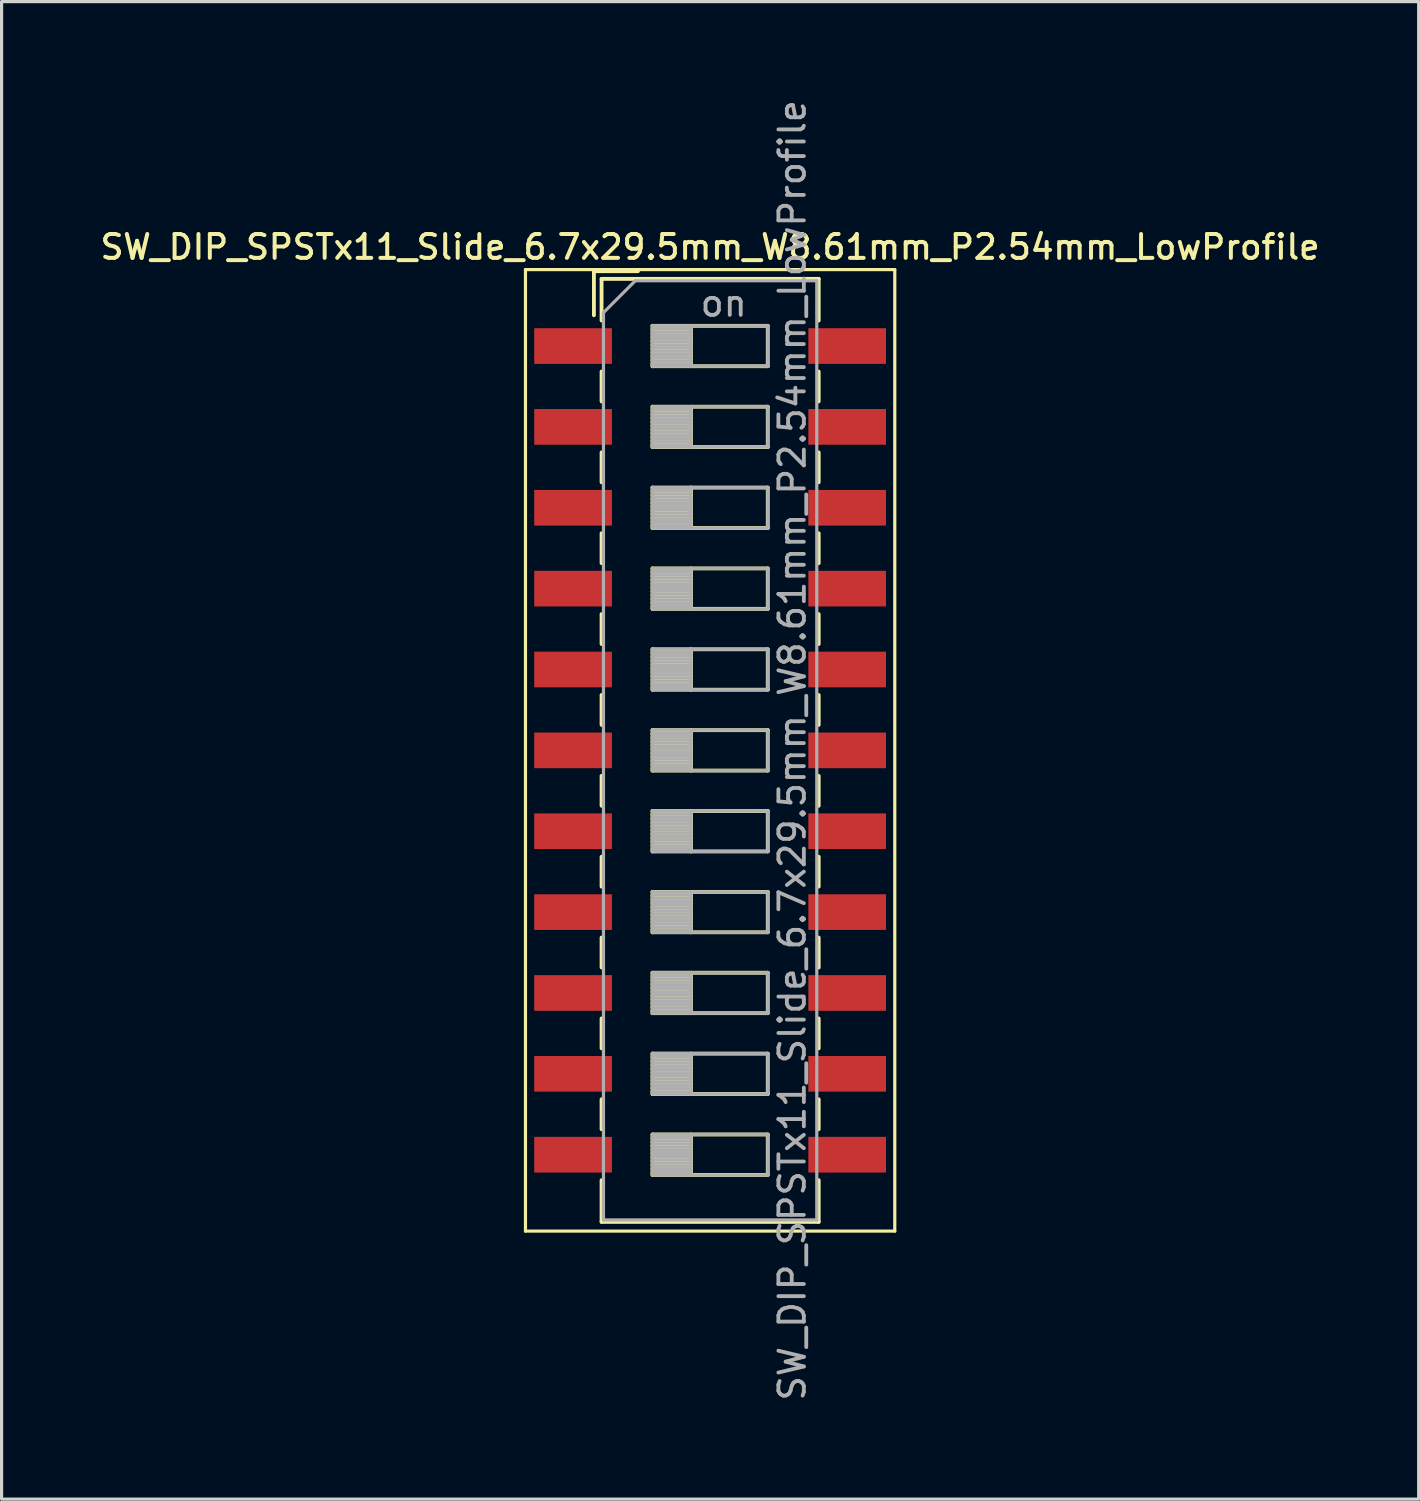
<source format=kicad_pcb>
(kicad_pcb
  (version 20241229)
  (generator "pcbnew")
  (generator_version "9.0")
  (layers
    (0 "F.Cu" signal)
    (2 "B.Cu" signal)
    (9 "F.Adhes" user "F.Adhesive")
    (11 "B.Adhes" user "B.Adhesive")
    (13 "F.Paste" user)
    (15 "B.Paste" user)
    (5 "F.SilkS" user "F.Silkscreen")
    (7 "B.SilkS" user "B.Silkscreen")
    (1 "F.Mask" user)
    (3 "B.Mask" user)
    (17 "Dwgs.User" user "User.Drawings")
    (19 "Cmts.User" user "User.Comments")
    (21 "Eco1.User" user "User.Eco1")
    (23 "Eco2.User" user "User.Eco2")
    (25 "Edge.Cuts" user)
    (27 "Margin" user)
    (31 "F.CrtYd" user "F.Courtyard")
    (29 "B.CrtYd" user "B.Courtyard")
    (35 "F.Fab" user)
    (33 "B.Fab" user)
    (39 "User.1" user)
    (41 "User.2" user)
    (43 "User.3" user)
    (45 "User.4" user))
  (footprint "SW_DIP_SPSTx11_Slide_6.7x29.5mm_W8.61mm_P2.54mm_LowProfile"
    (layer "F.Cu")
    (at 19.255 20.519)
    (property "Reference" "SW_DIP_SPSTx11_Slide_6.7x29.5mm_W8.61mm_P2.54mm_LowProfile" (at 0 -15.81 0) (layer "F.SilkS") (effects (font (size 0.75 0.75) (thickness 0.125))))
    (attr smd)
    (fp_line (start -5.8 -15.1) (end -5.8 15.1) (stroke (width 0.1) (type solid)) (layer "F.SilkS"))
    (fp_line (start -5.8 15.1) (end 5.8 15.1) (stroke (width 0.1) (type solid)) (layer "F.SilkS"))
    (fp_line (start -3.65 -15.05) (end -3.65 -13.667) (stroke (width 0.12) (type solid)) (layer "F.SilkS"))
    (fp_line (start -3.65 -15.05) (end -2.267 -15.05) (stroke (width 0.12) (type solid)) (layer "F.SilkS"))
    (fp_line (start -3.41 -14.81) (end -3.41 -13.5) (stroke (width 0.12) (type solid)) (layer "F.SilkS"))
    (fp_line (start -3.41 -14.81) (end 3.41 -14.81) (stroke (width 0.12) (type solid)) (layer "F.SilkS"))
    (fp_line (start -3.41 -11.9) (end -3.41 -10.96) (stroke (width 0.12) (type solid)) (layer "F.SilkS"))
    (fp_line (start -3.41 -9.36) (end -3.41 -8.42) (stroke (width 0.12) (type solid)) (layer "F.SilkS"))
    (fp_line (start -3.41 -6.82) (end -3.41 -5.88) (stroke (width 0.12) (type solid)) (layer "F.SilkS"))
    (fp_line (start -3.41 -4.28) (end -3.41 -3.34) (stroke (width 0.12) (type solid)) (layer "F.SilkS"))
    (fp_line (start -3.41 -1.74) (end -3.41 -0.8) (stroke (width 0.12) (type solid)) (layer "F.SilkS"))
    (fp_line (start -3.41 0.8) (end -3.41 1.74) (stroke (width 0.12) (type solid)) (layer "F.SilkS"))
    (fp_line (start -3.41 3.34) (end -3.41 4.28) (stroke (width 0.12) (type solid)) (layer "F.SilkS"))
    (fp_line (start -3.41 5.88) (end -3.41 6.82) (stroke (width 0.12) (type solid)) (layer "F.SilkS"))
    (fp_line (start -3.41 8.42) (end -3.41 9.36) (stroke (width 0.12) (type solid)) (layer "F.SilkS"))
    (fp_line (start -3.41 10.96) (end -3.41 11.9) (stroke (width 0.12) (type solid)) (layer "F.SilkS"))
    (fp_line (start -3.41 13.5) (end -3.41 14.81) (stroke (width 0.12) (type solid)) (layer "F.SilkS"))
    (fp_line (start -3.41 14.81) (end 3.41 14.81) (stroke (width 0.12) (type solid)) (layer "F.SilkS"))
    (fp_line (start -1.81 -13.335) (end -1.81 -12.065) (stroke (width 0.12) (type solid)) (layer "F.SilkS"))
    (fp_line (start -1.81 -13.215) (end -0.603 -13.215) (stroke (width 0.12) (type solid)) (layer "F.SilkS"))
    (fp_line (start -1.81 -13.095) (end -0.603 -13.095) (stroke (width 0.12) (type solid)) (layer "F.SilkS"))
    (fp_line (start -1.81 -12.975) (end -0.603 -12.975) (stroke (width 0.12) (type solid)) (layer "F.SilkS"))
    (fp_line (start -1.81 -12.855) (end -0.603 -12.855) (stroke (width 0.12) (type solid)) (layer "F.SilkS"))
    (fp_line (start -1.81 -12.735) (end -0.603 -12.735) (stroke (width 0.12) (type solid)) (layer "F.SilkS"))
    (fp_line (start -1.81 -12.615) (end -0.603 -12.615) (stroke (width 0.12) (type solid)) (layer "F.SilkS"))
    (fp_line (start -1.81 -12.495) (end -0.603 -12.495) (stroke (width 0.12) (type solid)) (layer "F.SilkS"))
    (fp_line (start -1.81 -12.375) (end -0.603 -12.375) (stroke (width 0.12) (type solid)) (layer "F.SilkS"))
    (fp_line (start -1.81 -12.255) (end -0.603 -12.255) (stroke (width 0.12) (type solid)) (layer "F.SilkS"))
    (fp_line (start -1.81 -12.135) (end -0.603 -12.135) (stroke (width 0.12) (type solid)) (layer "F.SilkS"))
    (fp_line (start -1.81 -12.065) (end 1.81 -12.065) (stroke (width 0.12) (type solid)) (layer "F.SilkS"))
    (fp_line (start -1.81 -10.795) (end -1.81 -9.525) (stroke (width 0.12) (type solid)) (layer "F.SilkS"))
    (fp_line (start -1.81 -10.675) (end -0.603 -10.675) (stroke (width 0.12) (type solid)) (layer "F.SilkS"))
    (fp_line (start -1.81 -10.555) (end -0.603 -10.555) (stroke (width 0.12) (type solid)) (layer "F.SilkS"))
    (fp_line (start -1.81 -10.435) (end -0.603 -10.435) (stroke (width 0.12) (type solid)) (layer "F.SilkS"))
    (fp_line (start -1.81 -10.315) (end -0.603 -10.315) (stroke (width 0.12) (type solid)) (layer "F.SilkS"))
    (fp_line (start -1.81 -10.195) (end -0.603 -10.195) (stroke (width 0.12) (type solid)) (layer "F.SilkS"))
    (fp_line (start -1.81 -10.075) (end -0.603 -10.075) (stroke (width 0.12) (type solid)) (layer "F.SilkS"))
    (fp_line (start -1.81 -9.955) (end -0.603 -9.955) (stroke (width 0.12) (type solid)) (layer "F.SilkS"))
    (fp_line (start -1.81 -9.835) (end -0.603 -9.835) (stroke (width 0.12) (type solid)) (layer "F.SilkS"))
    (fp_line (start -1.81 -9.715) (end -0.603 -9.715) (stroke (width 0.12) (type solid)) (layer "F.SilkS"))
    (fp_line (start -1.81 -9.595) (end -0.603 -9.595) (stroke (width 0.12) (type solid)) (layer "F.SilkS"))
    (fp_line (start -1.81 -9.525) (end 1.81 -9.525) (stroke (width 0.12) (type solid)) (layer "F.SilkS"))
    (fp_line (start -1.81 -8.255) (end -1.81 -6.985) (stroke (width 0.12) (type solid)) (layer "F.SilkS"))
    (fp_line (start -1.81 -8.135) (end -0.603 -8.135) (stroke (width 0.12) (type solid)) (layer "F.SilkS"))
    (fp_line (start -1.81 -8.015) (end -0.603 -8.015) (stroke (width 0.12) (type solid)) (layer "F.SilkS"))
    (fp_line (start -1.81 -7.895) (end -0.603 -7.895) (stroke (width 0.12) (type solid)) (layer "F.SilkS"))
    (fp_line (start -1.81 -7.775) (end -0.603 -7.775) (stroke (width 0.12) (type solid)) (layer "F.SilkS"))
    (fp_line (start -1.81 -7.655) (end -0.603 -7.655) (stroke (width 0.12) (type solid)) (layer "F.SilkS"))
    (fp_line (start -1.81 -7.535) (end -0.603 -7.535) (stroke (width 0.12) (type solid)) (layer "F.SilkS"))
    (fp_line (start -1.81 -7.415) (end -0.603 -7.415) (stroke (width 0.12) (type solid)) (layer "F.SilkS"))
    (fp_line (start -1.81 -7.295) (end -0.603 -7.295) (stroke (width 0.12) (type solid)) (layer "F.SilkS"))
    (fp_line (start -1.81 -7.175) (end -0.603 -7.175) (stroke (width 0.12) (type solid)) (layer "F.SilkS"))
    (fp_line (start -1.81 -7.055) (end -0.603 -7.055) (stroke (width 0.12) (type solid)) (layer "F.SilkS"))
    (fp_line (start -1.81 -6.985) (end 1.81 -6.985) (stroke (width 0.12) (type solid)) (layer "F.SilkS"))
    (fp_line (start -1.81 -5.715) (end -1.81 -4.445) (stroke (width 0.12) (type solid)) (layer "F.SilkS"))
    (fp_line (start -1.81 -5.595) (end -0.603 -5.595) (stroke (width 0.12) (type solid)) (layer "F.SilkS"))
    (fp_line (start -1.81 -5.475) (end -0.603 -5.475) (stroke (width 0.12) (type solid)) (layer "F.SilkS"))
    (fp_line (start -1.81 -5.355) (end -0.603 -5.355) (stroke (width 0.12) (type solid)) (layer "F.SilkS"))
    (fp_line (start -1.81 -5.235) (end -0.603 -5.235) (stroke (width 0.12) (type solid)) (layer "F.SilkS"))
    (fp_line (start -1.81 -5.115) (end -0.603 -5.115) (stroke (width 0.12) (type solid)) (layer "F.SilkS"))
    (fp_line (start -1.81 -4.995) (end -0.603 -4.995) (stroke (width 0.12) (type solid)) (layer "F.SilkS"))
    (fp_line (start -1.81 -4.875) (end -0.603 -4.875) (stroke (width 0.12) (type solid)) (layer "F.SilkS"))
    (fp_line (start -1.81 -4.755) (end -0.603 -4.755) (stroke (width 0.12) (type solid)) (layer "F.SilkS"))
    (fp_line (start -1.81 -4.635) (end -0.603 -4.635) (stroke (width 0.12) (type solid)) (layer "F.SilkS"))
    (fp_line (start -1.81 -4.515) (end -0.603 -4.515) (stroke (width 0.12) (type solid)) (layer "F.SilkS"))
    (fp_line (start -1.81 -4.445) (end 1.81 -4.445) (stroke (width 0.12) (type solid)) (layer "F.SilkS"))
    (fp_line (start -1.81 -3.175) (end -1.81 -1.905) (stroke (width 0.12) (type solid)) (layer "F.SilkS"))
    (fp_line (start -1.81 -3.055) (end -0.603 -3.055) (stroke (width 0.12) (type solid)) (layer "F.SilkS"))
    (fp_line (start -1.81 -2.935) (end -0.603 -2.935) (stroke (width 0.12) (type solid)) (layer "F.SilkS"))
    (fp_line (start -1.81 -2.815) (end -0.603 -2.815) (stroke (width 0.12) (type solid)) (layer "F.SilkS"))
    (fp_line (start -1.81 -2.695) (end -0.603 -2.695) (stroke (width 0.12) (type solid)) (layer "F.SilkS"))
    (fp_line (start -1.81 -2.575) (end -0.603 -2.575) (stroke (width 0.12) (type solid)) (layer "F.SilkS"))
    (fp_line (start -1.81 -2.455) (end -0.603 -2.455) (stroke (width 0.12) (type solid)) (layer "F.SilkS"))
    (fp_line (start -1.81 -2.335) (end -0.603 -2.335) (stroke (width 0.12) (type solid)) (layer "F.SilkS"))
    (fp_line (start -1.81 -2.215) (end -0.603 -2.215) (stroke (width 0.12) (type solid)) (layer "F.SilkS"))
    (fp_line (start -1.81 -2.095) (end -0.603 -2.095) (stroke (width 0.12) (type solid)) (layer "F.SilkS"))
    (fp_line (start -1.81 -1.975) (end -0.603 -1.975) (stroke (width 0.12) (type solid)) (layer "F.SilkS"))
    (fp_line (start -1.81 -1.905) (end 1.81 -1.905) (stroke (width 0.12) (type solid)) (layer "F.SilkS"))
    (fp_line (start -1.81 -0.635) (end -1.81 0.635) (stroke (width 0.12) (type solid)) (layer "F.SilkS"))
    (fp_line (start -1.81 -0.515) (end -0.603 -0.515) (stroke (width 0.12) (type solid)) (layer "F.SilkS"))
    (fp_line (start -1.81 -0.395) (end -0.603 -0.395) (stroke (width 0.12) (type solid)) (layer "F.SilkS"))
    (fp_line (start -1.81 -0.275) (end -0.603 -0.275) (stroke (width 0.12) (type solid)) (layer "F.SilkS"))
    (fp_line (start -1.81 -0.155) (end -0.603 -0.155) (stroke (width 0.12) (type solid)) (layer "F.SilkS"))
    (fp_line (start -1.81 -0.035) (end -0.603 -0.035) (stroke (width 0.12) (type solid)) (layer "F.SilkS"))
    (fp_line (start -1.81 0.085) (end -0.603 0.085) (stroke (width 0.12) (type solid)) (layer "F.SilkS"))
    (fp_line (start -1.81 0.205) (end -0.603 0.205) (stroke (width 0.12) (type solid)) (layer "F.SilkS"))
    (fp_line (start -1.81 0.325) (end -0.603 0.325) (stroke (width 0.12) (type solid)) (layer "F.SilkS"))
    (fp_line (start -1.81 0.445) (end -0.603 0.445) (stroke (width 0.12) (type solid)) (layer "F.SilkS"))
    (fp_line (start -1.81 0.565) (end -0.603 0.565) (stroke (width 0.12) (type solid)) (layer "F.SilkS"))
    (fp_line (start -1.81 0.635) (end 1.81 0.635) (stroke (width 0.12) (type solid)) (layer "F.SilkS"))
    (fp_line (start -1.81 1.905) (end -1.81 3.175) (stroke (width 0.12) (type solid)) (layer "F.SilkS"))
    (fp_line (start -1.81 2.025) (end -0.603 2.025) (stroke (width 0.12) (type solid)) (layer "F.SilkS"))
    (fp_line (start -1.81 2.145) (end -0.603 2.145) (stroke (width 0.12) (type solid)) (layer "F.SilkS"))
    (fp_line (start -1.81 2.265) (end -0.603 2.265) (stroke (width 0.12) (type solid)) (layer "F.SilkS"))
    (fp_line (start -1.81 2.385) (end -0.603 2.385) (stroke (width 0.12) (type solid)) (layer "F.SilkS"))
    (fp_line (start -1.81 2.505) (end -0.603 2.505) (stroke (width 0.12) (type solid)) (layer "F.SilkS"))
    (fp_line (start -1.81 2.625) (end -0.603 2.625) (stroke (width 0.12) (type solid)) (layer "F.SilkS"))
    (fp_line (start -1.81 2.745) (end -0.603 2.745) (stroke (width 0.12) (type solid)) (layer "F.SilkS"))
    (fp_line (start -1.81 2.865) (end -0.603 2.865) (stroke (width 0.12) (type solid)) (layer "F.SilkS"))
    (fp_line (start -1.81 2.985) (end -0.603 2.985) (stroke (width 0.12) (type solid)) (layer "F.SilkS"))
    (fp_line (start -1.81 3.105) (end -0.603 3.105) (stroke (width 0.12) (type solid)) (layer "F.SilkS"))
    (fp_line (start -1.81 3.175) (end 1.81 3.175) (stroke (width 0.12) (type solid)) (layer "F.SilkS"))
    (fp_line (start -1.81 4.445) (end -1.81 5.715) (stroke (width 0.12) (type solid)) (layer "F.SilkS"))
    (fp_line (start -1.81 4.565) (end -0.603 4.565) (stroke (width 0.12) (type solid)) (layer "F.SilkS"))
    (fp_line (start -1.81 4.685) (end -0.603 4.685) (stroke (width 0.12) (type solid)) (layer "F.SilkS"))
    (fp_line (start -1.81 4.805) (end -0.603 4.805) (stroke (width 0.12) (type solid)) (layer "F.SilkS"))
    (fp_line (start -1.81 4.925) (end -0.603 4.925) (stroke (width 0.12) (type solid)) (layer "F.SilkS"))
    (fp_line (start -1.81 5.045) (end -0.603 5.045) (stroke (width 0.12) (type solid)) (layer "F.SilkS"))
    (fp_line (start -1.81 5.165) (end -0.603 5.165) (stroke (width 0.12) (type solid)) (layer "F.SilkS"))
    (fp_line (start -1.81 5.285) (end -0.603 5.285) (stroke (width 0.12) (type solid)) (layer "F.SilkS"))
    (fp_line (start -1.81 5.405) (end -0.603 5.405) (stroke (width 0.12) (type solid)) (layer "F.SilkS"))
    (fp_line (start -1.81 5.525) (end -0.603 5.525) (stroke (width 0.12) (type solid)) (layer "F.SilkS"))
    (fp_line (start -1.81 5.645) (end -0.603 5.645) (stroke (width 0.12) (type solid)) (layer "F.SilkS"))
    (fp_line (start -1.81 5.715) (end 1.81 5.715) (stroke (width 0.12) (type solid)) (layer "F.SilkS"))
    (fp_line (start -1.81 6.985) (end -1.81 8.255) (stroke (width 0.12) (type solid)) (layer "F.SilkS"))
    (fp_line (start -1.81 7.105) (end -0.603 7.105) (stroke (width 0.12) (type solid)) (layer "F.SilkS"))
    (fp_line (start -1.81 7.225) (end -0.603 7.225) (stroke (width 0.12) (type solid)) (layer "F.SilkS"))
    (fp_line (start -1.81 7.345) (end -0.603 7.345) (stroke (width 0.12) (type solid)) (layer "F.SilkS"))
    (fp_line (start -1.81 7.465) (end -0.603 7.465) (stroke (width 0.12) (type solid)) (layer "F.SilkS"))
    (fp_line (start -1.81 7.585) (end -0.603 7.585) (stroke (width 0.12) (type solid)) (layer "F.SilkS"))
    (fp_line (start -1.81 7.705) (end -0.603 7.705) (stroke (width 0.12) (type solid)) (layer "F.SilkS"))
    (fp_line (start -1.81 7.825) (end -0.603 7.825) (stroke (width 0.12) (type solid)) (layer "F.SilkS"))
    (fp_line (start -1.81 7.945) (end -0.603 7.945) (stroke (width 0.12) (type solid)) (layer "F.SilkS"))
    (fp_line (start -1.81 8.065) (end -0.603 8.065) (stroke (width 0.12) (type solid)) (layer "F.SilkS"))
    (fp_line (start -1.81 8.185) (end -0.603 8.185) (stroke (width 0.12) (type solid)) (layer "F.SilkS"))
    (fp_line (start -1.81 8.255) (end 1.81 8.255) (stroke (width 0.12) (type solid)) (layer "F.SilkS"))
    (fp_line (start -1.81 9.525) (end -1.81 10.795) (stroke (width 0.12) (type solid)) (layer "F.SilkS"))
    (fp_line (start -1.81 9.645) (end -0.603 9.645) (stroke (width 0.12) (type solid)) (layer "F.SilkS"))
    (fp_line (start -1.81 9.765) (end -0.603 9.765) (stroke (width 0.12) (type solid)) (layer "F.SilkS"))
    (fp_line (start -1.81 9.885) (end -0.603 9.885) (stroke (width 0.12) (type solid)) (layer "F.SilkS"))
    (fp_line (start -1.81 10.005) (end -0.603 10.005) (stroke (width 0.12) (type solid)) (layer "F.SilkS"))
    (fp_line (start -1.81 10.125) (end -0.603 10.125) (stroke (width 0.12) (type solid)) (layer "F.SilkS"))
    (fp_line (start -1.81 10.245) (end -0.603 10.245) (stroke (width 0.12) (type solid)) (layer "F.SilkS"))
    (fp_line (start -1.81 10.365) (end -0.603 10.365) (stroke (width 0.12) (type solid)) (layer "F.SilkS"))
    (fp_line (start -1.81 10.485) (end -0.603 10.485) (stroke (width 0.12) (type solid)) (layer "F.SilkS"))
    (fp_line (start -1.81 10.605) (end -0.603 10.605) (stroke (width 0.12) (type solid)) (layer "F.SilkS"))
    (fp_line (start -1.81 10.725) (end -0.603 10.725) (stroke (width 0.12) (type solid)) (layer "F.SilkS"))
    (fp_line (start -1.81 10.795) (end 1.81 10.795) (stroke (width 0.12) (type solid)) (layer "F.SilkS"))
    (fp_line (start -1.81 12.065) (end -1.81 13.335) (stroke (width 0.12) (type solid)) (layer "F.SilkS"))
    (fp_line (start -1.81 12.185) (end -0.603 12.185) (stroke (width 0.12) (type solid)) (layer "F.SilkS"))
    (fp_line (start -1.81 12.305) (end -0.603 12.305) (stroke (width 0.12) (type solid)) (layer "F.SilkS"))
    (fp_line (start -1.81 12.425) (end -0.603 12.425) (stroke (width 0.12) (type solid)) (layer "F.SilkS"))
    (fp_line (start -1.81 12.545) (end -0.603 12.545) (stroke (width 0.12) (type solid)) (layer "F.SilkS"))
    (fp_line (start -1.81 12.665) (end -0.603 12.665) (stroke (width 0.12) (type solid)) (layer "F.SilkS"))
    (fp_line (start -1.81 12.785) (end -0.603 12.785) (stroke (width 0.12) (type solid)) (layer "F.SilkS"))
    (fp_line (start -1.81 12.905) (end -0.603 12.905) (stroke (width 0.12) (type solid)) (layer "F.SilkS"))
    (fp_line (start -1.81 13.025) (end -0.603 13.025) (stroke (width 0.12) (type solid)) (layer "F.SilkS"))
    (fp_line (start -1.81 13.145) (end -0.603 13.145) (stroke (width 0.12) (type solid)) (layer "F.SilkS"))
    (fp_line (start -1.81 13.265) (end -0.603 13.265) (stroke (width 0.12) (type solid)) (layer "F.SilkS"))
    (fp_line (start -1.81 13.335) (end 1.81 13.335) (stroke (width 0.12) (type solid)) (layer "F.SilkS"))
    (fp_line (start -0.603 -13.335) (end -0.603 -12.065) (stroke (width 0.12) (type solid)) (layer "F.SilkS"))
    (fp_line (start -0.603 -10.795) (end -0.603 -9.525) (stroke (width 0.12) (type solid)) (layer "F.SilkS"))
    (fp_line (start -0.603 -8.255) (end -0.603 -6.985) (stroke (width 0.12) (type solid)) (layer "F.SilkS"))
    (fp_line (start -0.603 -5.715) (end -0.603 -4.445) (stroke (width 0.12) (type solid)) (layer "F.SilkS"))
    (fp_line (start -0.603 -3.175) (end -0.603 -1.905) (stroke (width 0.12) (type solid)) (layer "F.SilkS"))
    (fp_line (start -0.603 -0.635) (end -0.603 0.635) (stroke (width 0.12) (type solid)) (layer "F.SilkS"))
    (fp_line (start -0.603 1.905) (end -0.603 3.175) (stroke (width 0.12) (type solid)) (layer "F.SilkS"))
    (fp_line (start -0.603 4.445) (end -0.603 5.715) (stroke (width 0.12) (type solid)) (layer "F.SilkS"))
    (fp_line (start -0.603 6.985) (end -0.603 8.255) (stroke (width 0.12) (type solid)) (layer "F.SilkS"))
    (fp_line (start -0.603 9.525) (end -0.603 10.795) (stroke (width 0.12) (type solid)) (layer "F.SilkS"))
    (fp_line (start -0.603 12.065) (end -0.603 13.335) (stroke (width 0.12) (type solid)) (layer "F.SilkS"))
    (fp_line (start 1.81 -13.335) (end -1.81 -13.335) (stroke (width 0.12) (type solid)) (layer "F.SilkS"))
    (fp_line (start 1.81 -12.065) (end 1.81 -13.335) (stroke (width 0.12) (type solid)) (layer "F.SilkS"))
    (fp_line (start 1.81 -10.795) (end -1.81 -10.795) (stroke (width 0.12) (type solid)) (layer "F.SilkS"))
    (fp_line (start 1.81 -9.525) (end 1.81 -10.795) (stroke (width 0.12) (type solid)) (layer "F.SilkS"))
    (fp_line (start 1.81 -8.255) (end -1.81 -8.255) (stroke (width 0.12) (type solid)) (layer "F.SilkS"))
    (fp_line (start 1.81 -6.985) (end 1.81 -8.255) (stroke (width 0.12) (type solid)) (layer "F.SilkS"))
    (fp_line (start 1.81 -5.715) (end -1.81 -5.715) (stroke (width 0.12) (type solid)) (layer "F.SilkS"))
    (fp_line (start 1.81 -4.445) (end 1.81 -5.715) (stroke (width 0.12) (type solid)) (layer "F.SilkS"))
    (fp_line (start 1.81 -3.175) (end -1.81 -3.175) (stroke (width 0.12) (type solid)) (layer "F.SilkS"))
    (fp_line (start 1.81 -1.905) (end 1.81 -3.175) (stroke (width 0.12) (type solid)) (layer "F.SilkS"))
    (fp_line (start 1.81 -0.635) (end -1.81 -0.635) (stroke (width 0.12) (type solid)) (layer "F.SilkS"))
    (fp_line (start 1.81 0.635) (end 1.81 -0.635) (stroke (width 0.12) (type solid)) (layer "F.SilkS"))
    (fp_line (start 1.81 1.905) (end -1.81 1.905) (stroke (width 0.12) (type solid)) (layer "F.SilkS"))
    (fp_line (start 1.81 3.175) (end 1.81 1.905) (stroke (width 0.12) (type solid)) (layer "F.SilkS"))
    (fp_line (start 1.81 4.445) (end -1.81 4.445) (stroke (width 0.12) (type solid)) (layer "F.SilkS"))
    (fp_line (start 1.81 5.715) (end 1.81 4.445) (stroke (width 0.12) (type solid)) (layer "F.SilkS"))
    (fp_line (start 1.81 6.985) (end -1.81 6.985) (stroke (width 0.12) (type solid)) (layer "F.SilkS"))
    (fp_line (start 1.81 8.255) (end 1.81 6.985) (stroke (width 0.12) (type solid)) (layer "F.SilkS"))
    (fp_line (start 1.81 9.525) (end -1.81 9.525) (stroke (width 0.12) (type solid)) (layer "F.SilkS"))
    (fp_line (start 1.81 10.795) (end 1.81 9.525) (stroke (width 0.12) (type solid)) (layer "F.SilkS"))
    (fp_line (start 1.81 12.065) (end -1.81 12.065) (stroke (width 0.12) (type solid)) (layer "F.SilkS"))
    (fp_line (start 1.81 13.335) (end 1.81 12.065) (stroke (width 0.12) (type solid)) (layer "F.SilkS"))
    (fp_line (start 3.41 -14.81) (end 3.41 -13.5) (stroke (width 0.12) (type solid)) (layer "F.SilkS"))
    (fp_line (start 3.41 -11.899) (end 3.41 -10.959) (stroke (width 0.12) (type solid)) (layer "F.SilkS"))
    (fp_line (start 3.41 -9.359) (end 3.41 -8.419) (stroke (width 0.12) (type solid)) (layer "F.SilkS"))
    (fp_line (start 3.41 -6.819) (end 3.41 -5.879) (stroke (width 0.12) (type solid)) (layer "F.SilkS"))
    (fp_line (start 3.41 -4.279) (end 3.41 -3.339) (stroke (width 0.12) (type solid)) (layer "F.SilkS"))
    (fp_line (start 3.41 -1.739) (end 3.41 -0.799) (stroke (width 0.12) (type solid)) (layer "F.SilkS"))
    (fp_line (start 3.41 0.801) (end 3.41 1.741) (stroke (width 0.12) (type solid)) (layer "F.SilkS"))
    (fp_line (start 3.41 3.341) (end 3.41 4.28) (stroke (width 0.12) (type solid)) (layer "F.SilkS"))
    (fp_line (start 3.41 5.88) (end 3.41 6.82) (stroke (width 0.12) (type solid)) (layer "F.SilkS"))
    (fp_line (start 3.41 8.42) (end 3.41 9.36) (stroke (width 0.12) (type solid)) (layer "F.SilkS"))
    (fp_line (start 3.41 10.96) (end 3.41 11.9) (stroke (width 0.12) (type solid)) (layer "F.SilkS"))
    (fp_line (start 3.41 13.5) (end 3.41 14.81) (stroke (width 0.12) (type solid)) (layer "F.SilkS"))
    (fp_line (start 5.8 -15.1) (end -5.8 -15.1) (stroke (width 0.1) (type solid)) (layer "F.SilkS"))
    (fp_line (start 5.8 15.1) (end 5.8 -15.1) (stroke (width 0.1) (type solid)) (layer "F.SilkS"))
    (fp_line (start -3.35 -13.75) (end -2.35 -14.75) (stroke (width 0.1) (type solid)) (layer "F.Fab"))
    (fp_line (start -3.35 14.75) (end -3.35 -13.75) (stroke (width 0.1) (type solid)) (layer "F.Fab"))
    (fp_line (start -2.35 -14.75) (end 3.35 -14.75) (stroke (width 0.1) (type solid)) (layer "F.Fab"))
    (fp_line (start -1.81 -13.335) (end -1.81 -12.065) (stroke (width 0.1) (type solid)) (layer "F.Fab"))
    (fp_line (start -1.81 -13.235) (end -0.603 -13.235) (stroke (width 0.1) (type solid)) (layer "F.Fab"))
    (fp_line (start -1.81 -13.135) (end -0.603 -13.135) (stroke (width 0.1) (type solid)) (layer "F.Fab"))
    (fp_line (start -1.81 -13.035) (end -0.603 -13.035) (stroke (width 0.1) (type solid)) (layer "F.Fab"))
    (fp_line (start -1.81 -12.935) (end -0.603 -12.935) (stroke (width 0.1) (type solid)) (layer "F.Fab"))
    (fp_line (start -1.81 -12.835) (end -0.603 -12.835) (stroke (width 0.1) (type solid)) (layer "F.Fab"))
    (fp_line (start -1.81 -12.735) (end -0.603 -12.735) (stroke (width 0.1) (type solid)) (layer "F.Fab"))
    (fp_line (start -1.81 -12.635) (end -0.603 -12.635) (stroke (width 0.1) (type solid)) (layer "F.Fab"))
    (fp_line (start -1.81 -12.535) (end -0.603 -12.535) (stroke (width 0.1) (type solid)) (layer "F.Fab"))
    (fp_line (start -1.81 -12.435) (end -0.603 -12.435) (stroke (width 0.1) (type solid)) (layer "F.Fab"))
    (fp_line (start -1.81 -12.335) (end -0.603 -12.335) (stroke (width 0.1) (type solid)) (layer "F.Fab"))
    (fp_line (start -1.81 -12.235) (end -0.603 -12.235) (stroke (width 0.1) (type solid)) (layer "F.Fab"))
    (fp_line (start -1.81 -12.135) (end -0.603 -12.135) (stroke (width 0.1) (type solid)) (layer "F.Fab"))
    (fp_line (start -1.81 -12.065) (end 1.81 -12.065) (stroke (width 0.1) (type solid)) (layer "F.Fab"))
    (fp_line (start -1.81 -10.795) (end -1.81 -9.525) (stroke (width 0.1) (type solid)) (layer "F.Fab"))
    (fp_line (start -1.81 -10.695) (end -0.603 -10.695) (stroke (width 0.1) (type solid)) (layer "F.Fab"))
    (fp_line (start -1.81 -10.595) (end -0.603 -10.595) (stroke (width 0.1) (type solid)) (layer "F.Fab"))
    (fp_line (start -1.81 -10.495) (end -0.603 -10.495) (stroke (width 0.1) (type solid)) (layer "F.Fab"))
    (fp_line (start -1.81 -10.395) (end -0.603 -10.395) (stroke (width 0.1) (type solid)) (layer "F.Fab"))
    (fp_line (start -1.81 -10.295) (end -0.603 -10.295) (stroke (width 0.1) (type solid)) (layer "F.Fab"))
    (fp_line (start -1.81 -10.195) (end -0.603 -10.195) (stroke (width 0.1) (type solid)) (layer "F.Fab"))
    (fp_line (start -1.81 -10.095) (end -0.603 -10.095) (stroke (width 0.1) (type solid)) (layer "F.Fab"))
    (fp_line (start -1.81 -9.995) (end -0.603 -9.995) (stroke (width 0.1) (type solid)) (layer "F.Fab"))
    (fp_line (start -1.81 -9.895) (end -0.603 -9.895) (stroke (width 0.1) (type solid)) (layer "F.Fab"))
    (fp_line (start -1.81 -9.795) (end -0.603 -9.795) (stroke (width 0.1) (type solid)) (layer "F.Fab"))
    (fp_line (start -1.81 -9.695) (end -0.603 -9.695) (stroke (width 0.1) (type solid)) (layer "F.Fab"))
    (fp_line (start -1.81 -9.595) (end -0.603 -9.595) (stroke (width 0.1) (type solid)) (layer "F.Fab"))
    (fp_line (start -1.81 -9.525) (end 1.81 -9.525) (stroke (width 0.1) (type solid)) (layer "F.Fab"))
    (fp_line (start -1.81 -8.255) (end -1.81 -6.985) (stroke (width 0.1) (type solid)) (layer "F.Fab"))
    (fp_line (start -1.81 -8.155) (end -0.603 -8.155) (stroke (width 0.1) (type solid)) (layer "F.Fab"))
    (fp_line (start -1.81 -8.055) (end -0.603 -8.055) (stroke (width 0.1) (type solid)) (layer "F.Fab"))
    (fp_line (start -1.81 -7.955) (end -0.603 -7.955) (stroke (width 0.1) (type solid)) (layer "F.Fab"))
    (fp_line (start -1.81 -7.855) (end -0.603 -7.855) (stroke (width 0.1) (type solid)) (layer "F.Fab"))
    (fp_line (start -1.81 -7.755) (end -0.603 -7.755) (stroke (width 0.1) (type solid)) (layer "F.Fab"))
    (fp_line (start -1.81 -7.655) (end -0.603 -7.655) (stroke (width 0.1) (type solid)) (layer "F.Fab"))
    (fp_line (start -1.81 -7.555) (end -0.603 -7.555) (stroke (width 0.1) (type solid)) (layer "F.Fab"))
    (fp_line (start -1.81 -7.455) (end -0.603 -7.455) (stroke (width 0.1) (type solid)) (layer "F.Fab"))
    (fp_line (start -1.81 -7.355) (end -0.603 -7.355) (stroke (width 0.1) (type solid)) (layer "F.Fab"))
    (fp_line (start -1.81 -7.255) (end -0.603 -7.255) (stroke (width 0.1) (type solid)) (layer "F.Fab"))
    (fp_line (start -1.81 -7.155) (end -0.603 -7.155) (stroke (width 0.1) (type solid)) (layer "F.Fab"))
    (fp_line (start -1.81 -7.055) (end -0.603 -7.055) (stroke (width 0.1) (type solid)) (layer "F.Fab"))
    (fp_line (start -1.81 -6.985) (end 1.81 -6.985) (stroke (width 0.1) (type solid)) (layer "F.Fab"))
    (fp_line (start -1.81 -5.715) (end -1.81 -4.445) (stroke (width 0.1) (type solid)) (layer "F.Fab"))
    (fp_line (start -1.81 -5.615) (end -0.603 -5.615) (stroke (width 0.1) (type solid)) (layer "F.Fab"))
    (fp_line (start -1.81 -5.515) (end -0.603 -5.515) (stroke (width 0.1) (type solid)) (layer "F.Fab"))
    (fp_line (start -1.81 -5.415) (end -0.603 -5.415) (stroke (width 0.1) (type solid)) (layer "F.Fab"))
    (fp_line (start -1.81 -5.315) (end -0.603 -5.315) (stroke (width 0.1) (type solid)) (layer "F.Fab"))
    (fp_line (start -1.81 -5.215) (end -0.603 -5.215) (stroke (width 0.1) (type solid)) (layer "F.Fab"))
    (fp_line (start -1.81 -5.115) (end -0.603 -5.115) (stroke (width 0.1) (type solid)) (layer "F.Fab"))
    (fp_line (start -1.81 -5.015) (end -0.603 -5.015) (stroke (width 0.1) (type solid)) (layer "F.Fab"))
    (fp_line (start -1.81 -4.915) (end -0.603 -4.915) (stroke (width 0.1) (type solid)) (layer "F.Fab"))
    (fp_line (start -1.81 -4.815) (end -0.603 -4.815) (stroke (width 0.1) (type solid)) (layer "F.Fab"))
    (fp_line (start -1.81 -4.715) (end -0.603 -4.715) (stroke (width 0.1) (type solid)) (layer "F.Fab"))
    (fp_line (start -1.81 -4.615) (end -0.603 -4.615) (stroke (width 0.1) (type solid)) (layer "F.Fab"))
    (fp_line (start -1.81 -4.515) (end -0.603 -4.515) (stroke (width 0.1) (type solid)) (layer "F.Fab"))
    (fp_line (start -1.81 -4.445) (end 1.81 -4.445) (stroke (width 0.1) (type solid)) (layer "F.Fab"))
    (fp_line (start -1.81 -3.175) (end -1.81 -1.905) (stroke (width 0.1) (type solid)) (layer "F.Fab"))
    (fp_line (start -1.81 -3.075) (end -0.603 -3.075) (stroke (width 0.1) (type solid)) (layer "F.Fab"))
    (fp_line (start -1.81 -2.975) (end -0.603 -2.975) (stroke (width 0.1) (type solid)) (layer "F.Fab"))
    (fp_line (start -1.81 -2.875) (end -0.603 -2.875) (stroke (width 0.1) (type solid)) (layer "F.Fab"))
    (fp_line (start -1.81 -2.775) (end -0.603 -2.775) (stroke (width 0.1) (type solid)) (layer "F.Fab"))
    (fp_line (start -1.81 -2.675) (end -0.603 -2.675) (stroke (width 0.1) (type solid)) (layer "F.Fab"))
    (fp_line (start -1.81 -2.575) (end -0.603 -2.575) (stroke (width 0.1) (type solid)) (layer "F.Fab"))
    (fp_line (start -1.81 -2.475) (end -0.603 -2.475) (stroke (width 0.1) (type solid)) (layer "F.Fab"))
    (fp_line (start -1.81 -2.375) (end -0.603 -2.375) (stroke (width 0.1) (type solid)) (layer "F.Fab"))
    (fp_line (start -1.81 -2.275) (end -0.603 -2.275) (stroke (width 0.1) (type solid)) (layer "F.Fab"))
    (fp_line (start -1.81 -2.175) (end -0.603 -2.175) (stroke (width 0.1) (type solid)) (layer "F.Fab"))
    (fp_line (start -1.81 -2.075) (end -0.603 -2.075) (stroke (width 0.1) (type solid)) (layer "F.Fab"))
    (fp_line (start -1.81 -1.975) (end -0.603 -1.975) (stroke (width 0.1) (type solid)) (layer "F.Fab"))
    (fp_line (start -1.81 -1.905) (end 1.81 -1.905) (stroke (width 0.1) (type solid)) (layer "F.Fab"))
    (fp_line (start -1.81 -0.635) (end -1.81 0.635) (stroke (width 0.1) (type solid)) (layer "F.Fab"))
    (fp_line (start -1.81 -0.535) (end -0.603 -0.535) (stroke (width 0.1) (type solid)) (layer "F.Fab"))
    (fp_line (start -1.81 -0.435) (end -0.603 -0.435) (stroke (width 0.1) (type solid)) (layer "F.Fab"))
    (fp_line (start -1.81 -0.335) (end -0.603 -0.335) (stroke (width 0.1) (type solid)) (layer "F.Fab"))
    (fp_line (start -1.81 -0.235) (end -0.603 -0.235) (stroke (width 0.1) (type solid)) (layer "F.Fab"))
    (fp_line (start -1.81 -0.135) (end -0.603 -0.135) (stroke (width 0.1) (type solid)) (layer "F.Fab"))
    (fp_line (start -1.81 -0.035) (end -0.603 -0.035) (stroke (width 0.1) (type solid)) (layer "F.Fab"))
    (fp_line (start -1.81 0.065) (end -0.603 0.065) (stroke (width 0.1) (type solid)) (layer "F.Fab"))
    (fp_line (start -1.81 0.165) (end -0.603 0.165) (stroke (width 0.1) (type solid)) (layer "F.Fab"))
    (fp_line (start -1.81 0.265) (end -0.603 0.265) (stroke (width 0.1) (type solid)) (layer "F.Fab"))
    (fp_line (start -1.81 0.365) (end -0.603 0.365) (stroke (width 0.1) (type solid)) (layer "F.Fab"))
    (fp_line (start -1.81 0.465) (end -0.603 0.465) (stroke (width 0.1) (type solid)) (layer "F.Fab"))
    (fp_line (start -1.81 0.565) (end -0.603 0.565) (stroke (width 0.1) (type solid)) (layer "F.Fab"))
    (fp_line (start -1.81 0.635) (end 1.81 0.635) (stroke (width 0.1) (type solid)) (layer "F.Fab"))
    (fp_line (start -1.81 1.905) (end -1.81 3.175) (stroke (width 0.1) (type solid)) (layer "F.Fab"))
    (fp_line (start -1.81 2.005) (end -0.603 2.005) (stroke (width 0.1) (type solid)) (layer "F.Fab"))
    (fp_line (start -1.81 2.105) (end -0.603 2.105) (stroke (width 0.1) (type solid)) (layer "F.Fab"))
    (fp_line (start -1.81 2.205) (end -0.603 2.205) (stroke (width 0.1) (type solid)) (layer "F.Fab"))
    (fp_line (start -1.81 2.305) (end -0.603 2.305) (stroke (width 0.1) (type solid)) (layer "F.Fab"))
    (fp_line (start -1.81 2.405) (end -0.603 2.405) (stroke (width 0.1) (type solid)) (layer "F.Fab"))
    (fp_line (start -1.81 2.505) (end -0.603 2.505) (stroke (width 0.1) (type solid)) (layer "F.Fab"))
    (fp_line (start -1.81 2.605) (end -0.603 2.605) (stroke (width 0.1) (type solid)) (layer "F.Fab"))
    (fp_line (start -1.81 2.705) (end -0.603 2.705) (stroke (width 0.1) (type solid)) (layer "F.Fab"))
    (fp_line (start -1.81 2.805) (end -0.603 2.805) (stroke (width 0.1) (type solid)) (layer "F.Fab"))
    (fp_line (start -1.81 2.905) (end -0.603 2.905) (stroke (width 0.1) (type solid)) (layer "F.Fab"))
    (fp_line (start -1.81 3.005) (end -0.603 3.005) (stroke (width 0.1) (type solid)) (layer "F.Fab"))
    (fp_line (start -1.81 3.105) (end -0.603 3.105) (stroke (width 0.1) (type solid)) (layer "F.Fab"))
    (fp_line (start -1.81 3.175) (end 1.81 3.175) (stroke (width 0.1) (type solid)) (layer "F.Fab"))
    (fp_line (start -1.81 4.445) (end -1.81 5.715) (stroke (width 0.1) (type solid)) (layer "F.Fab"))
    (fp_line (start -1.81 4.545) (end -0.603 4.545) (stroke (width 0.1) (type solid)) (layer "F.Fab"))
    (fp_line (start -1.81 4.645) (end -0.603 4.645) (stroke (width 0.1) (type solid)) (layer "F.Fab"))
    (fp_line (start -1.81 4.745) (end -0.603 4.745) (stroke (width 0.1) (type solid)) (layer "F.Fab"))
    (fp_line (start -1.81 4.845) (end -0.603 4.845) (stroke (width 0.1) (type solid)) (layer "F.Fab"))
    (fp_line (start -1.81 4.945) (end -0.603 4.945) (stroke (width 0.1) (type solid)) (layer "F.Fab"))
    (fp_line (start -1.81 5.045) (end -0.603 5.045) (stroke (width 0.1) (type solid)) (layer "F.Fab"))
    (fp_line (start -1.81 5.145) (end -0.603 5.145) (stroke (width 0.1) (type solid)) (layer "F.Fab"))
    (fp_line (start -1.81 5.245) (end -0.603 5.245) (stroke (width 0.1) (type solid)) (layer "F.Fab"))
    (fp_line (start -1.81 5.345) (end -0.603 5.345) (stroke (width 0.1) (type solid)) (layer "F.Fab"))
    (fp_line (start -1.81 5.445) (end -0.603 5.445) (stroke (width 0.1) (type solid)) (layer "F.Fab"))
    (fp_line (start -1.81 5.545) (end -0.603 5.545) (stroke (width 0.1) (type solid)) (layer "F.Fab"))
    (fp_line (start -1.81 5.645) (end -0.603 5.645) (stroke (width 0.1) (type solid)) (layer "F.Fab"))
    (fp_line (start -1.81 5.715) (end 1.81 5.715) (stroke (width 0.1) (type solid)) (layer "F.Fab"))
    (fp_line (start -1.81 6.985) (end -1.81 8.255) (stroke (width 0.1) (type solid)) (layer "F.Fab"))
    (fp_line (start -1.81 7.085) (end -0.603 7.085) (stroke (width 0.1) (type solid)) (layer "F.Fab"))
    (fp_line (start -1.81 7.185) (end -0.603 7.185) (stroke (width 0.1) (type solid)) (layer "F.Fab"))
    (fp_line (start -1.81 7.285) (end -0.603 7.285) (stroke (width 0.1) (type solid)) (layer "F.Fab"))
    (fp_line (start -1.81 7.385) (end -0.603 7.385) (stroke (width 0.1) (type solid)) (layer "F.Fab"))
    (fp_line (start -1.81 7.485) (end -0.603 7.485) (stroke (width 0.1) (type solid)) (layer "F.Fab"))
    (fp_line (start -1.81 7.585) (end -0.603 7.585) (stroke (width 0.1) (type solid)) (layer "F.Fab"))
    (fp_line (start -1.81 7.685) (end -0.603 7.685) (stroke (width 0.1) (type solid)) (layer "F.Fab"))
    (fp_line (start -1.81 7.785) (end -0.603 7.785) (stroke (width 0.1) (type solid)) (layer "F.Fab"))
    (fp_line (start -1.81 7.885) (end -0.603 7.885) (stroke (width 0.1) (type solid)) (layer "F.Fab"))
    (fp_line (start -1.81 7.985) (end -0.603 7.985) (stroke (width 0.1) (type solid)) (layer "F.Fab"))
    (fp_line (start -1.81 8.085) (end -0.603 8.085) (stroke (width 0.1) (type solid)) (layer "F.Fab"))
    (fp_line (start -1.81 8.185) (end -0.603 8.185) (stroke (width 0.1) (type solid)) (layer "F.Fab"))
    (fp_line (start -1.81 8.255) (end 1.81 8.255) (stroke (width 0.1) (type solid)) (layer "F.Fab"))
    (fp_line (start -1.81 9.525) (end -1.81 10.795) (stroke (width 0.1) (type solid)) (layer "F.Fab"))
    (fp_line (start -1.81 9.625) (end -0.603 9.625) (stroke (width 0.1) (type solid)) (layer "F.Fab"))
    (fp_line (start -1.81 9.725) (end -0.603 9.725) (stroke (width 0.1) (type solid)) (layer "F.Fab"))
    (fp_line (start -1.81 9.825) (end -0.603 9.825) (stroke (width 0.1) (type solid)) (layer "F.Fab"))
    (fp_line (start -1.81 9.925) (end -0.603 9.925) (stroke (width 0.1) (type solid)) (layer "F.Fab"))
    (fp_line (start -1.81 10.025) (end -0.603 10.025) (stroke (width 0.1) (type solid)) (layer "F.Fab"))
    (fp_line (start -1.81 10.125) (end -0.603 10.125) (stroke (width 0.1) (type solid)) (layer "F.Fab"))
    (fp_line (start -1.81 10.225) (end -0.603 10.225) (stroke (width 0.1) (type solid)) (layer "F.Fab"))
    (fp_line (start -1.81 10.325) (end -0.603 10.325) (stroke (width 0.1) (type solid)) (layer "F.Fab"))
    (fp_line (start -1.81 10.425) (end -0.603 10.425) (stroke (width 0.1) (type solid)) (layer "F.Fab"))
    (fp_line (start -1.81 10.525) (end -0.603 10.525) (stroke (width 0.1) (type solid)) (layer "F.Fab"))
    (fp_line (start -1.81 10.625) (end -0.603 10.625) (stroke (width 0.1) (type solid)) (layer "F.Fab"))
    (fp_line (start -1.81 10.725) (end -0.603 10.725) (stroke (width 0.1) (type solid)) (layer "F.Fab"))
    (fp_line (start -1.81 10.795) (end 1.81 10.795) (stroke (width 0.1) (type solid)) (layer "F.Fab"))
    (fp_line (start -1.81 12.065) (end -1.81 13.335) (stroke (width 0.1) (type solid)) (layer "F.Fab"))
    (fp_line (start -1.81 12.165) (end -0.603 12.165) (stroke (width 0.1) (type solid)) (layer "F.Fab"))
    (fp_line (start -1.81 12.265) (end -0.603 12.265) (stroke (width 0.1) (type solid)) (layer "F.Fab"))
    (fp_line (start -1.81 12.365) (end -0.603 12.365) (stroke (width 0.1) (type solid)) (layer "F.Fab"))
    (fp_line (start -1.81 12.465) (end -0.603 12.465) (stroke (width 0.1) (type solid)) (layer "F.Fab"))
    (fp_line (start -1.81 12.565) (end -0.603 12.565) (stroke (width 0.1) (type solid)) (layer "F.Fab"))
    (fp_line (start -1.81 12.665) (end -0.603 12.665) (stroke (width 0.1) (type solid)) (layer "F.Fab"))
    (fp_line (start -1.81 12.765) (end -0.603 12.765) (stroke (width 0.1) (type solid)) (layer "F.Fab"))
    (fp_line (start -1.81 12.865) (end -0.603 12.865) (stroke (width 0.1) (type solid)) (layer "F.Fab"))
    (fp_line (start -1.81 12.965) (end -0.603 12.965) (stroke (width 0.1) (type solid)) (layer "F.Fab"))
    (fp_line (start -1.81 13.065) (end -0.603 13.065) (stroke (width 0.1) (type solid)) (layer "F.Fab"))
    (fp_line (start -1.81 13.165) (end -0.603 13.165) (stroke (width 0.1) (type solid)) (layer "F.Fab"))
    (fp_line (start -1.81 13.265) (end -0.603 13.265) (stroke (width 0.1) (type solid)) (layer "F.Fab"))
    (fp_line (start -1.81 13.335) (end 1.81 13.335) (stroke (width 0.1) (type solid)) (layer "F.Fab"))
    (fp_line (start -0.603 -13.335) (end -0.603 -12.065) (stroke (width 0.1) (type solid)) (layer "F.Fab"))
    (fp_line (start -0.603 -10.795) (end -0.603 -9.525) (stroke (width 0.1) (type solid)) (layer "F.Fab"))
    (fp_line (start -0.603 -8.255) (end -0.603 -6.985) (stroke (width 0.1) (type solid)) (layer "F.Fab"))
    (fp_line (start -0.603 -5.715) (end -0.603 -4.445) (stroke (width 0.1) (type solid)) (layer "F.Fab"))
    (fp_line (start -0.603 -3.175) (end -0.603 -1.905) (stroke (width 0.1) (type solid)) (layer "F.Fab"))
    (fp_line (start -0.603 -0.635) (end -0.603 0.635) (stroke (width 0.1) (type solid)) (layer "F.Fab"))
    (fp_line (start -0.603 1.905) (end -0.603 3.175) (stroke (width 0.1) (type solid)) (layer "F.Fab"))
    (fp_line (start -0.603 4.445) (end -0.603 5.715) (stroke (width 0.1) (type solid)) (layer "F.Fab"))
    (fp_line (start -0.603 6.985) (end -0.603 8.255) (stroke (width 0.1) (type solid)) (layer "F.Fab"))
    (fp_line (start -0.603 9.525) (end -0.603 10.795) (stroke (width 0.1) (type solid)) (layer "F.Fab"))
    (fp_line (start -0.603 12.065) (end -0.603 13.335) (stroke (width 0.1) (type solid)) (layer "F.Fab"))
    (fp_line (start 1.81 -13.335) (end -1.81 -13.335) (stroke (width 0.1) (type solid)) (layer "F.Fab"))
    (fp_line (start 1.81 -12.065) (end 1.81 -13.335) (stroke (width 0.1) (type solid)) (layer "F.Fab"))
    (fp_line (start 1.81 -10.795) (end -1.81 -10.795) (stroke (width 0.1) (type solid)) (layer "F.Fab"))
    (fp_line (start 1.81 -9.525) (end 1.81 -10.795) (stroke (width 0.1) (type solid)) (layer "F.Fab"))
    (fp_line (start 1.81 -8.255) (end -1.81 -8.255) (stroke (width 0.1) (type solid)) (layer "F.Fab"))
    (fp_line (start 1.81 -6.985) (end 1.81 -8.255) (stroke (width 0.1) (type solid)) (layer "F.Fab"))
    (fp_line (start 1.81 -5.715) (end -1.81 -5.715) (stroke (width 0.1) (type solid)) (layer "F.Fab"))
    (fp_line (start 1.81 -4.445) (end 1.81 -5.715) (stroke (width 0.1) (type solid)) (layer "F.Fab"))
    (fp_line (start 1.81 -3.175) (end -1.81 -3.175) (stroke (width 0.1) (type solid)) (layer "F.Fab"))
    (fp_line (start 1.81 -1.905) (end 1.81 -3.175) (stroke (width 0.1) (type solid)) (layer "F.Fab"))
    (fp_line (start 1.81 -0.635) (end -1.81 -0.635) (stroke (width 0.1) (type solid)) (layer "F.Fab"))
    (fp_line (start 1.81 0.635) (end 1.81 -0.635) (stroke (width 0.1) (type solid)) (layer "F.Fab"))
    (fp_line (start 1.81 1.905) (end -1.81 1.905) (stroke (width 0.1) (type solid)) (layer "F.Fab"))
    (fp_line (start 1.81 3.175) (end 1.81 1.905) (stroke (width 0.1) (type solid)) (layer "F.Fab"))
    (fp_line (start 1.81 4.445) (end -1.81 4.445) (stroke (width 0.1) (type solid)) (layer "F.Fab"))
    (fp_line (start 1.81 5.715) (end 1.81 4.445) (stroke (width 0.1) (type solid)) (layer "F.Fab"))
    (fp_line (start 1.81 6.985) (end -1.81 6.985) (stroke (width 0.1) (type solid)) (layer "F.Fab"))
    (fp_line (start 1.81 8.255) (end 1.81 6.985) (stroke (width 0.1) (type solid)) (layer "F.Fab"))
    (fp_line (start 1.81 9.525) (end -1.81 9.525) (stroke (width 0.1) (type solid)) (layer "F.Fab"))
    (fp_line (start 1.81 10.795) (end 1.81 9.525) (stroke (width 0.1) (type solid)) (layer "F.Fab"))
    (fp_line (start 1.81 12.065) (end -1.81 12.065) (stroke (width 0.1) (type solid)) (layer "F.Fab"))
    (fp_line (start 1.81 13.335) (end 1.81 12.065) (stroke (width 0.1) (type solid)) (layer "F.Fab"))
    (fp_line (start 3.35 -14.75) (end 3.35 14.75) (stroke (width 0.1) (type solid)) (layer "F.Fab"))
    (fp_line (start 3.35 14.75) (end -3.35 14.75) (stroke (width 0.1) (type solid)) (layer "F.Fab"))
    (fp_text user "on" (at 0.427 -14.043 0) (layer "F.Fab") (effects (font (size 0.8 0.8) (thickness 0.12))))
    (fp_text user "${REFERENCE}" (at 2.58 0 90) (layer "F.Fab") (effects (font (size 0.8 0.8) (thickness 0.12))))
    (pad "1" smd rect (at -4.305 -12.7) (size 2.44 1.12) (layers "F.Cu" "F.Mask" "F.Paste"))
    (pad "2" smd rect (at -4.305 -10.16) (size 2.44 1.12) (layers "F.Cu" "F.Mask" "F.Paste"))
    (pad "3" smd rect (at -4.305 -7.62) (size 2.44 1.12) (layers "F.Cu" "F.Mask" "F.Paste"))
    (pad "4" smd rect (at -4.305 -5.08) (size 2.44 1.12) (layers "F.Cu" "F.Mask" "F.Paste"))
    (pad "5" smd rect (at -4.305 -2.54) (size 2.44 1.12) (layers "F.Cu" "F.Mask" "F.Paste"))
    (pad "6" smd rect (at -4.305 0) (size 2.44 1.12) (layers "F.Cu" "F.Mask" "F.Paste"))
    (pad "7" smd rect (at -4.305 2.54) (size 2.44 1.12) (layers "F.Cu" "F.Mask" "F.Paste"))
    (pad "8" smd rect (at -4.305 5.08) (size 2.44 1.12) (layers "F.Cu" "F.Mask" "F.Paste"))
    (pad "9" smd rect (at -4.305 7.62) (size 2.44 1.12) (layers "F.Cu" "F.Mask" "F.Paste"))
    (pad "10" smd rect (at -4.305 10.16) (size 2.44 1.12) (layers "F.Cu" "F.Mask" "F.Paste"))
    (pad "11" smd rect (at -4.305 12.7) (size 2.44 1.12) (layers "F.Cu" "F.Mask" "F.Paste"))
    (pad "12" smd rect (at 4.305 12.7) (size 2.44 1.12) (layers "F.Cu" "F.Mask" "F.Paste"))
    (pad "13" smd rect (at 4.305 10.16) (size 2.44 1.12) (layers "F.Cu" "F.Mask" "F.Paste"))
    (pad "14" smd rect (at 4.305 7.62) (size 2.44 1.12) (layers "F.Cu" "F.Mask" "F.Paste"))
    (pad "15" smd rect (at 4.305 5.08) (size 2.44 1.12) (layers "F.Cu" "F.Mask" "F.Paste"))
    (pad "16" smd rect (at 4.305 2.54) (size 2.44 1.12) (layers "F.Cu" "F.Mask" "F.Paste"))
    (pad "17" smd rect (at 4.305 0) (size 2.44 1.12) (layers "F.Cu" "F.Mask" "F.Paste"))
    (pad "18" smd rect (at 4.305 -2.54) (size 2.44 1.12) (layers "F.Cu" "F.Mask" "F.Paste"))
    (pad "19" smd rect (at 4.305 -5.08) (size 2.44 1.12) (layers "F.Cu" "F.Mask" "F.Paste"))
    (pad "20" smd rect (at 4.305 -7.62) (size 2.44 1.12) (layers "F.Cu" "F.Mask" "F.Paste"))
    (pad "21" smd rect (at 4.305 -10.16) (size 2.44 1.12) (layers "F.Cu" "F.Mask" "F.Paste"))
    (pad "22" smd rect (at 4.305 -12.7) (size 2.44 1.12) (layers "F.Cu" "F.Mask" "F.Paste")))
  (gr_rect
    (start -3 -3)
    (end 41.511 44.038)
    (stroke (width 0.1) (type default))
    (fill no)
    (layer "Edge.Cuts")))
</source>
